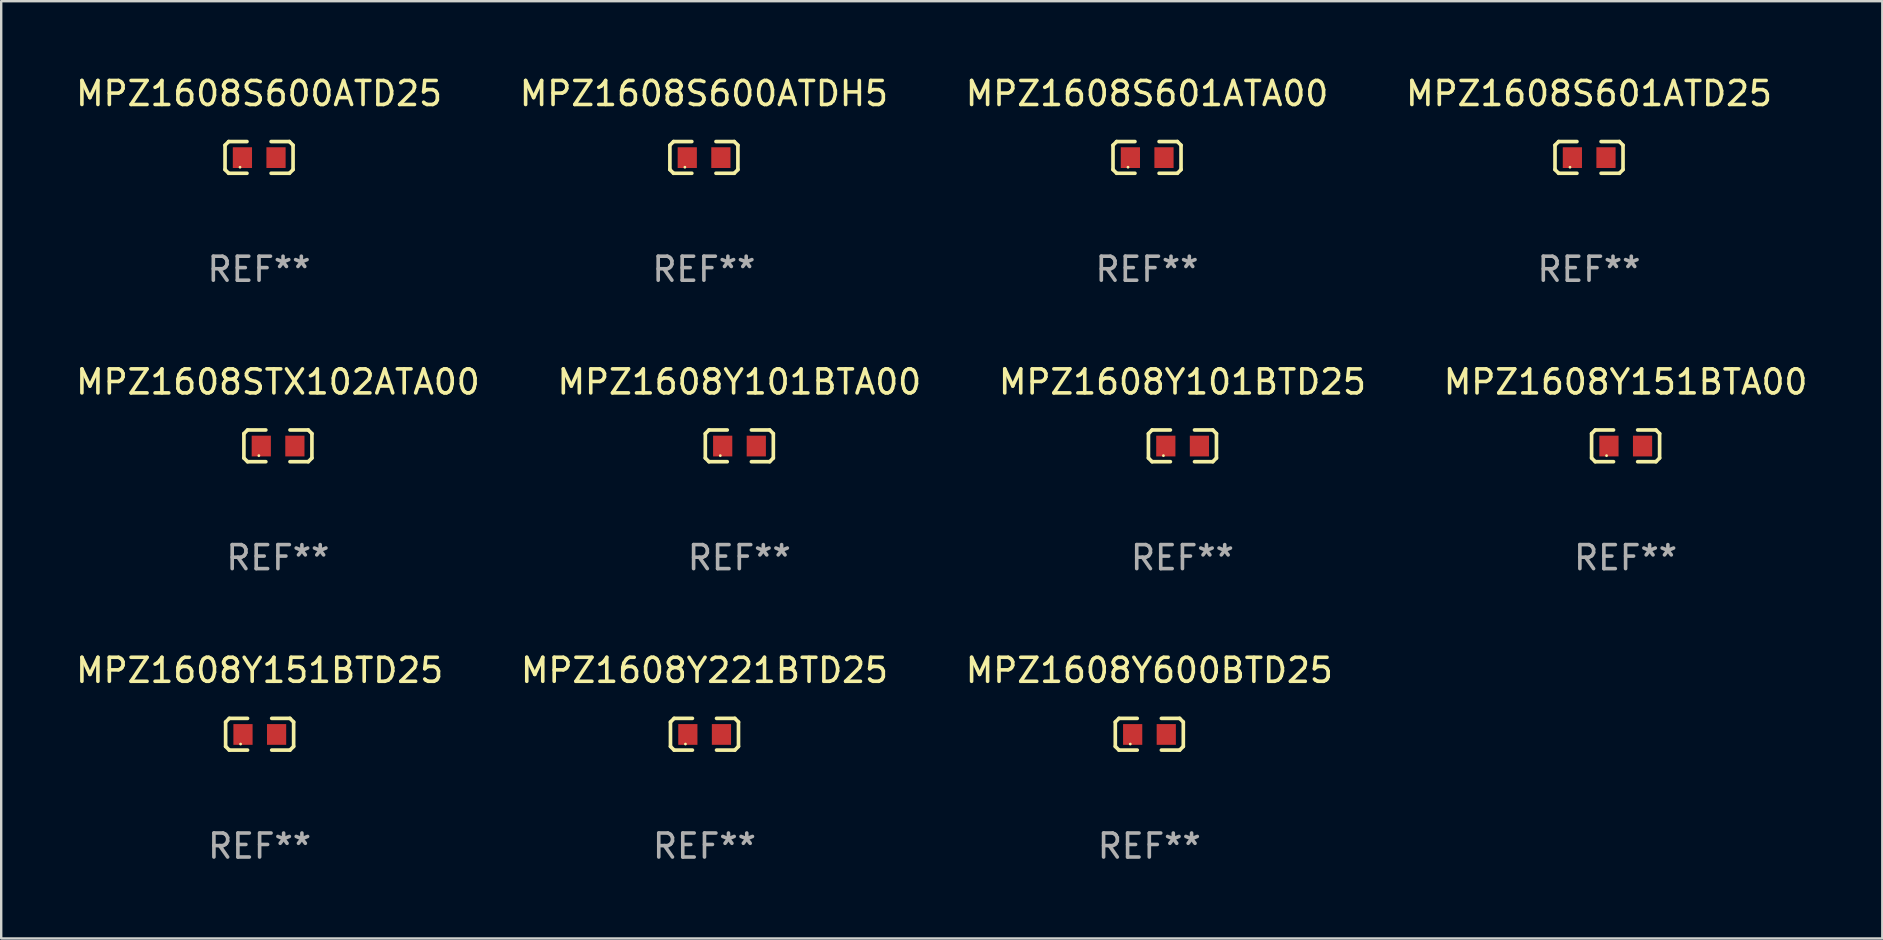
<source format=kicad_pcb>
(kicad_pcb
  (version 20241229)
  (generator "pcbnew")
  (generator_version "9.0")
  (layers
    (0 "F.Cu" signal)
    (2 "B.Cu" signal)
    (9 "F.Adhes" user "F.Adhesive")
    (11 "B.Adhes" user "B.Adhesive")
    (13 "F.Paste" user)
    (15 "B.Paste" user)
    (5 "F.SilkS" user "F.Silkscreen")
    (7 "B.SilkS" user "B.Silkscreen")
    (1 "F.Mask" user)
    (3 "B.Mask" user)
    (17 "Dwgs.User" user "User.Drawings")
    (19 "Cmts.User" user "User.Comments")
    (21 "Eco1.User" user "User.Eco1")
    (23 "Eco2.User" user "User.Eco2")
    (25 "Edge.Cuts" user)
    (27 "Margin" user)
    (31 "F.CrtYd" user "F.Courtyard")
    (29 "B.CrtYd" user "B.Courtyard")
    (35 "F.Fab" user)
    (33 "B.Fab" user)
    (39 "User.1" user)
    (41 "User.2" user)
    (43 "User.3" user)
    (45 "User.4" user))
  (footprint "MPZ1608STX102ATA00"
    (layer "F.Cu")
    (at 8.53 15.527)
    (property "Reference" "MPZ1608STX102ATA00" (at 0 -2.661 0) (layer "F.SilkS") (effects (font (size 1 1) (thickness 0.15))))
    (attr through_hole)
    (fp_line (start -1.417 -0.508) (end -1.265 -0.661) (stroke (width 0.152) (type solid)) (layer "F.SilkS"))
    (fp_line (start -1.417 0.508) (end -1.417 -0.508) (stroke (width 0.152) (type solid)) (layer "F.SilkS"))
    (fp_line (start -1.265 -0.661) (end -0.503 -0.661) (stroke (width 0.152) (type solid)) (layer "F.SilkS"))
    (fp_line (start -1.265 0.661) (end -1.417 0.508) (stroke (width 0.152) (type solid)) (layer "F.SilkS"))
    (fp_line (start -1.265 0.661) (end -0.503 0.661) (stroke (width 0.152) (type solid)) (layer "F.SilkS"))
    (fp_line (start 1.265 -0.661) (end 0.503 -0.661) (stroke (width 0.152) (type solid)) (layer "F.SilkS"))
    (fp_line (start 1.265 -0.661) (end 1.417 -0.508) (stroke (width 0.152) (type solid)) (layer "F.SilkS"))
    (fp_line (start 1.265 0.661) (end 0.503 0.661) (stroke (width 0.152) (type solid)) (layer "F.SilkS"))
    (fp_line (start 1.417 -0.508) (end 1.417 0.508) (stroke (width 0.152) (type solid)) (layer "F.SilkS"))
    (fp_line (start 1.417 0.508) (end 1.265 0.661) (stroke (width 0.152) (type solid)) (layer "F.SilkS"))
    (fp_circle (center -0.793 0.409) (end -0.763 0.409) (stroke (width 0.06) (type solid)) (fill no) (layer "F.SilkS"))
    (fp_text user "REF**" (at 0 4.661 0) (layer "F.Fab") (effects (font (size 1 1) (thickness 0.15))))
    (pad "1" smd rect (at -0.693 0.009 180) (size 0.8 0.864) (layers "F.Cu" "F.Mask" "F.Paste"))
    (pad "2" smd rect (at 0.707 0.009 180) (size 0.8 0.864) (layers "F.Cu" "F.Mask" "F.Paste")))
  (footprint "MPZ1608S600ATDH5"
    (layer "F.Cu")
    (at 26.28 3.509)
    (property "Reference" "MPZ1608S600ATDH5" (at 0 -2.661 0) (layer "F.SilkS") (effects (font (size 1 1) (thickness 0.15))))
    (attr through_hole)
    (fp_line (start -1.417 -0.508) (end -1.265 -0.661) (stroke (width 0.152) (type solid)) (layer "F.SilkS"))
    (fp_line (start -1.417 0.508) (end -1.417 -0.508) (stroke (width 0.152) (type solid)) (layer "F.SilkS"))
    (fp_line (start -1.265 -0.661) (end -0.503 -0.661) (stroke (width 0.152) (type solid)) (layer "F.SilkS"))
    (fp_line (start -1.265 0.661) (end -1.417 0.508) (stroke (width 0.152) (type solid)) (layer "F.SilkS"))
    (fp_line (start -1.265 0.661) (end -0.503 0.661) (stroke (width 0.152) (type solid)) (layer "F.SilkS"))
    (fp_line (start 1.265 -0.661) (end 0.503 -0.661) (stroke (width 0.152) (type solid)) (layer "F.SilkS"))
    (fp_line (start 1.265 -0.661) (end 1.417 -0.508) (stroke (width 0.152) (type solid)) (layer "F.SilkS"))
    (fp_line (start 1.265 0.661) (end 0.503 0.661) (stroke (width 0.152) (type solid)) (layer "F.SilkS"))
    (fp_line (start 1.417 -0.508) (end 1.417 0.508) (stroke (width 0.152) (type solid)) (layer "F.SilkS"))
    (fp_line (start 1.417 0.508) (end 1.265 0.661) (stroke (width 0.152) (type solid)) (layer "F.SilkS"))
    (fp_circle (center -0.793 0.409) (end -0.763 0.409) (stroke (width 0.06) (type solid)) (fill no) (layer "F.SilkS"))
    (fp_text user "REF**" (at 0 4.661 0) (layer "F.Fab") (effects (font (size 1 1) (thickness 0.15))))
    (pad "1" smd rect (at -0.693 0.009 180) (size 0.8 0.864) (layers "F.Cu" "F.Mask" "F.Paste"))
    (pad "2" smd rect (at 0.707 0.009 180) (size 0.8 0.864) (layers "F.Cu" "F.Mask" "F.Paste")))
  (footprint "MPZ1608Y101BTA00"
    (layer "F.Cu")
    (at 27.756 15.527)
    (property "Reference" "MPZ1608Y101BTA00" (at 0 -2.661 0) (layer "F.SilkS") (effects (font (size 1 1) (thickness 0.15))))
    (attr through_hole)
    (fp_line (start -1.417 -0.508) (end -1.265 -0.661) (stroke (width 0.152) (type solid)) (layer "F.SilkS"))
    (fp_line (start -1.417 0.508) (end -1.417 -0.508) (stroke (width 0.152) (type solid)) (layer "F.SilkS"))
    (fp_line (start -1.265 -0.661) (end -0.503 -0.661) (stroke (width 0.152) (type solid)) (layer "F.SilkS"))
    (fp_line (start -1.265 0.661) (end -1.417 0.508) (stroke (width 0.152) (type solid)) (layer "F.SilkS"))
    (fp_line (start -1.265 0.661) (end -0.503 0.661) (stroke (width 0.152) (type solid)) (layer "F.SilkS"))
    (fp_line (start 1.265 -0.661) (end 0.503 -0.661) (stroke (width 0.152) (type solid)) (layer "F.SilkS"))
    (fp_line (start 1.265 -0.661) (end 1.417 -0.508) (stroke (width 0.152) (type solid)) (layer "F.SilkS"))
    (fp_line (start 1.265 0.661) (end 0.503 0.661) (stroke (width 0.152) (type solid)) (layer "F.SilkS"))
    (fp_line (start 1.417 -0.508) (end 1.417 0.508) (stroke (width 0.152) (type solid)) (layer "F.SilkS"))
    (fp_line (start 1.417 0.508) (end 1.265 0.661) (stroke (width 0.152) (type solid)) (layer "F.SilkS"))
    (fp_circle (center -0.793 0.409) (end -0.763 0.409) (stroke (width 0.06) (type solid)) (fill no) (layer "F.SilkS"))
    (fp_text user "REF**" (at 0 4.661 0) (layer "F.Fab") (effects (font (size 1 1) (thickness 0.15))))
    (pad "1" smd rect (at -0.693 0.009 180) (size 0.8 0.864) (layers "F.Cu" "F.Mask" "F.Paste"))
    (pad "2" smd rect (at 0.707 0.009 180) (size 0.8 0.864) (layers "F.Cu" "F.Mask" "F.Paste")))
  (footprint "MPZ1608S601ATD25"
    (layer "F.Cu")
    (at 63.161 3.509)
    (property "Reference" "MPZ1608S601ATD25" (at 0 -2.661 0) (layer "F.SilkS") (effects (font (size 1 1) (thickness 0.15))))
    (attr through_hole)
    (fp_line (start -1.417 -0.508) (end -1.265 -0.661) (stroke (width 0.152) (type solid)) (layer "F.SilkS"))
    (fp_line (start -1.417 0.508) (end -1.417 -0.508) (stroke (width 0.152) (type solid)) (layer "F.SilkS"))
    (fp_line (start -1.265 -0.661) (end -0.503 -0.661) (stroke (width 0.152) (type solid)) (layer "F.SilkS"))
    (fp_line (start -1.265 0.661) (end -1.417 0.508) (stroke (width 0.152) (type solid)) (layer "F.SilkS"))
    (fp_line (start -1.265 0.661) (end -0.503 0.661) (stroke (width 0.152) (type solid)) (layer "F.SilkS"))
    (fp_line (start 1.265 -0.661) (end 0.503 -0.661) (stroke (width 0.152) (type solid)) (layer "F.SilkS"))
    (fp_line (start 1.265 -0.661) (end 1.417 -0.508) (stroke (width 0.152) (type solid)) (layer "F.SilkS"))
    (fp_line (start 1.265 0.661) (end 0.503 0.661) (stroke (width 0.152) (type solid)) (layer "F.SilkS"))
    (fp_line (start 1.417 -0.508) (end 1.417 0.508) (stroke (width 0.152) (type solid)) (layer "F.SilkS"))
    (fp_line (start 1.417 0.508) (end 1.265 0.661) (stroke (width 0.152) (type solid)) (layer "F.SilkS"))
    (fp_circle (center -0.793 0.409) (end -0.763 0.409) (stroke (width 0.06) (type solid)) (fill no) (layer "F.SilkS"))
    (fp_text user "REF**" (at 0 4.661 0) (layer "F.Fab") (effects (font (size 1 1) (thickness 0.15))))
    (pad "1" smd rect (at -0.693 0.009 180) (size 0.8 0.864) (layers "F.Cu" "F.Mask" "F.Paste"))
    (pad "2" smd rect (at 0.707 0.009 180) (size 0.8 0.864) (layers "F.Cu" "F.Mask" "F.Paste")))
  (footprint "MPZ1608Y600BTD25"
    (layer "F.Cu")
    (at 44.839 27.544)
    (property "Reference" "MPZ1608Y600BTD25" (at 0 -2.661 0) (layer "F.SilkS") (effects (font (size 1 1) (thickness 0.15))))
    (attr through_hole)
    (fp_line (start -1.417 -0.508) (end -1.265 -0.661) (stroke (width 0.152) (type solid)) (layer "F.SilkS"))
    (fp_line (start -1.417 0.508) (end -1.417 -0.508) (stroke (width 0.152) (type solid)) (layer "F.SilkS"))
    (fp_line (start -1.265 -0.661) (end -0.503 -0.661) (stroke (width 0.152) (type solid)) (layer "F.SilkS"))
    (fp_line (start -1.265 0.661) (end -1.417 0.508) (stroke (width 0.152) (type solid)) (layer "F.SilkS"))
    (fp_line (start -1.265 0.661) (end -0.503 0.661) (stroke (width 0.152) (type solid)) (layer "F.SilkS"))
    (fp_line (start 1.265 -0.661) (end 0.503 -0.661) (stroke (width 0.152) (type solid)) (layer "F.SilkS"))
    (fp_line (start 1.265 -0.661) (end 1.417 -0.508) (stroke (width 0.152) (type solid)) (layer "F.SilkS"))
    (fp_line (start 1.265 0.661) (end 0.503 0.661) (stroke (width 0.152) (type solid)) (layer "F.SilkS"))
    (fp_line (start 1.417 -0.508) (end 1.417 0.508) (stroke (width 0.152) (type solid)) (layer "F.SilkS"))
    (fp_line (start 1.417 0.508) (end 1.265 0.661) (stroke (width 0.152) (type solid)) (layer "F.SilkS"))
    (fp_circle (center -0.793 0.409) (end -0.763 0.409) (stroke (width 0.06) (type solid)) (fill no) (layer "F.SilkS"))
    (fp_text user "REF**" (at 0 4.661 0) (layer "F.Fab") (effects (font (size 1 1) (thickness 0.15))))
    (pad "1" smd rect (at -0.693 0.009 180) (size 0.8 0.864) (layers "F.Cu" "F.Mask" "F.Paste"))
    (pad "2" smd rect (at 0.707 0.009 180) (size 0.8 0.864) (layers "F.Cu" "F.Mask" "F.Paste")))
  (footprint "MPZ1608Y221BTD25"
    (layer "F.Cu")
    (at 26.304 27.544)
    (property "Reference" "MPZ1608Y221BTD25" (at 0 -2.661 0) (layer "F.SilkS") (effects (font (size 1 1) (thickness 0.15))))
    (attr through_hole)
    (fp_line (start -1.417 -0.508) (end -1.265 -0.661) (stroke (width 0.152) (type solid)) (layer "F.SilkS"))
    (fp_line (start -1.417 0.508) (end -1.417 -0.508) (stroke (width 0.152) (type solid)) (layer "F.SilkS"))
    (fp_line (start -1.265 -0.661) (end -0.503 -0.661) (stroke (width 0.152) (type solid)) (layer "F.SilkS"))
    (fp_line (start -1.265 0.661) (end -1.417 0.508) (stroke (width 0.152) (type solid)) (layer "F.SilkS"))
    (fp_line (start -1.265 0.661) (end -0.503 0.661) (stroke (width 0.152) (type solid)) (layer "F.SilkS"))
    (fp_line (start 1.265 -0.661) (end 0.503 -0.661) (stroke (width 0.152) (type solid)) (layer "F.SilkS"))
    (fp_line (start 1.265 -0.661) (end 1.417 -0.508) (stroke (width 0.152) (type solid)) (layer "F.SilkS"))
    (fp_line (start 1.265 0.661) (end 0.503 0.661) (stroke (width 0.152) (type solid)) (layer "F.SilkS"))
    (fp_line (start 1.417 -0.508) (end 1.417 0.508) (stroke (width 0.152) (type solid)) (layer "F.SilkS"))
    (fp_line (start 1.417 0.508) (end 1.265 0.661) (stroke (width 0.152) (type solid)) (layer "F.SilkS"))
    (fp_circle (center -0.793 0.409) (end -0.763 0.409) (stroke (width 0.06) (type solid)) (fill no) (layer "F.SilkS"))
    (fp_text user "REF**" (at 0 4.661 0) (layer "F.Fab") (effects (font (size 1 1) (thickness 0.15))))
    (pad "1" smd rect (at -0.693 0.009 180) (size 0.8 0.864) (layers "F.Cu" "F.Mask" "F.Paste"))
    (pad "2" smd rect (at 0.707 0.009 180) (size 0.8 0.864) (layers "F.Cu" "F.Mask" "F.Paste")))
  (footprint "MPZ1608S601ATA00"
    (layer "F.Cu")
    (at 44.744 3.509)
    (property "Reference" "MPZ1608S601ATA00" (at 0 -2.661 0) (layer "F.SilkS") (effects (font (size 1 1) (thickness 0.15))))
    (attr through_hole)
    (fp_line (start -1.417 -0.508) (end -1.265 -0.661) (stroke (width 0.152) (type solid)) (layer "F.SilkS"))
    (fp_line (start -1.417 0.508) (end -1.417 -0.508) (stroke (width 0.152) (type solid)) (layer "F.SilkS"))
    (fp_line (start -1.265 -0.661) (end -0.503 -0.661) (stroke (width 0.152) (type solid)) (layer "F.SilkS"))
    (fp_line (start -1.265 0.661) (end -1.417 0.508) (stroke (width 0.152) (type solid)) (layer "F.SilkS"))
    (fp_line (start -1.265 0.661) (end -0.503 0.661) (stroke (width 0.152) (type solid)) (layer "F.SilkS"))
    (fp_line (start 1.265 -0.661) (end 0.503 -0.661) (stroke (width 0.152) (type solid)) (layer "F.SilkS"))
    (fp_line (start 1.265 -0.661) (end 1.417 -0.508) (stroke (width 0.152) (type solid)) (layer "F.SilkS"))
    (fp_line (start 1.265 0.661) (end 0.503 0.661) (stroke (width 0.152) (type solid)) (layer "F.SilkS"))
    (fp_line (start 1.417 -0.508) (end 1.417 0.508) (stroke (width 0.152) (type solid)) (layer "F.SilkS"))
    (fp_line (start 1.417 0.508) (end 1.265 0.661) (stroke (width 0.152) (type solid)) (layer "F.SilkS"))
    (fp_circle (center -0.793 0.409) (end -0.763 0.409) (stroke (width 0.06) (type solid)) (fill no) (layer "F.SilkS"))
    (fp_text user "REF**" (at 0 4.661 0) (layer "F.Fab") (effects (font (size 1 1) (thickness 0.15))))
    (pad "1" smd rect (at -0.693 0.009 180) (size 0.8 0.864) (layers "F.Cu" "F.Mask" "F.Paste"))
    (pad "2" smd rect (at 0.707 0.009 180) (size 0.8 0.864) (layers "F.Cu" "F.Mask" "F.Paste")))
  (footprint "MPZ1608Y151BTD25"
    (layer "F.Cu")
    (at 7.768 27.544)
    (property "Reference" "MPZ1608Y151BTD25" (at 0 -2.661 0) (layer "F.SilkS") (effects (font (size 1 1) (thickness 0.15))))
    (attr through_hole)
    (fp_line (start -1.417 -0.508) (end -1.265 -0.661) (stroke (width 0.152) (type solid)) (layer "F.SilkS"))
    (fp_line (start -1.417 0.508) (end -1.417 -0.508) (stroke (width 0.152) (type solid)) (layer "F.SilkS"))
    (fp_line (start -1.265 -0.661) (end -0.503 -0.661) (stroke (width 0.152) (type solid)) (layer "F.SilkS"))
    (fp_line (start -1.265 0.661) (end -1.417 0.508) (stroke (width 0.152) (type solid)) (layer "F.SilkS"))
    (fp_line (start -1.265 0.661) (end -0.503 0.661) (stroke (width 0.152) (type solid)) (layer "F.SilkS"))
    (fp_line (start 1.265 -0.661) (end 0.503 -0.661) (stroke (width 0.152) (type solid)) (layer "F.SilkS"))
    (fp_line (start 1.265 -0.661) (end 1.417 -0.508) (stroke (width 0.152) (type solid)) (layer "F.SilkS"))
    (fp_line (start 1.265 0.661) (end 0.503 0.661) (stroke (width 0.152) (type solid)) (layer "F.SilkS"))
    (fp_line (start 1.417 -0.508) (end 1.417 0.508) (stroke (width 0.152) (type solid)) (layer "F.SilkS"))
    (fp_line (start 1.417 0.508) (end 1.265 0.661) (stroke (width 0.152) (type solid)) (layer "F.SilkS"))
    (fp_circle (center -0.793 0.409) (end -0.763 0.409) (stroke (width 0.06) (type solid)) (fill no) (layer "F.SilkS"))
    (fp_text user "REF**" (at 0 4.661 0) (layer "F.Fab") (effects (font (size 1 1) (thickness 0.15))))
    (pad "1" smd rect (at -0.693 0.009 180) (size 0.8 0.864) (layers "F.Cu" "F.Mask" "F.Paste"))
    (pad "2" smd rect (at 0.707 0.009 180) (size 0.8 0.864) (layers "F.Cu" "F.Mask" "F.Paste")))
  (footprint "MPZ1608Y151BTA00"
    (layer "F.Cu")
    (at 64.685 15.527)
    (property "Reference" "MPZ1608Y151BTA00" (at 0 -2.661 0) (layer "F.SilkS") (effects (font (size 1 1) (thickness 0.15))))
    (attr through_hole)
    (fp_line (start -1.417 -0.508) (end -1.265 -0.661) (stroke (width 0.152) (type solid)) (layer "F.SilkS"))
    (fp_line (start -1.417 0.508) (end -1.417 -0.508) (stroke (width 0.152) (type solid)) (layer "F.SilkS"))
    (fp_line (start -1.265 -0.661) (end -0.503 -0.661) (stroke (width 0.152) (type solid)) (layer "F.SilkS"))
    (fp_line (start -1.265 0.661) (end -1.417 0.508) (stroke (width 0.152) (type solid)) (layer "F.SilkS"))
    (fp_line (start -1.265 0.661) (end -0.503 0.661) (stroke (width 0.152) (type solid)) (layer "F.SilkS"))
    (fp_line (start 1.265 -0.661) (end 0.503 -0.661) (stroke (width 0.152) (type solid)) (layer "F.SilkS"))
    (fp_line (start 1.265 -0.661) (end 1.417 -0.508) (stroke (width 0.152) (type solid)) (layer "F.SilkS"))
    (fp_line (start 1.265 0.661) (end 0.503 0.661) (stroke (width 0.152) (type solid)) (layer "F.SilkS"))
    (fp_line (start 1.417 -0.508) (end 1.417 0.508) (stroke (width 0.152) (type solid)) (layer "F.SilkS"))
    (fp_line (start 1.417 0.508) (end 1.265 0.661) (stroke (width 0.152) (type solid)) (layer "F.SilkS"))
    (fp_circle (center -0.793 0.409) (end -0.763 0.409) (stroke (width 0.06) (type solid)) (fill no) (layer "F.SilkS"))
    (fp_text user "REF**" (at 0 4.661 0) (layer "F.Fab") (effects (font (size 1 1) (thickness 0.15))))
    (pad "1" smd rect (at -0.693 0.009 180) (size 0.8 0.864) (layers "F.Cu" "F.Mask" "F.Paste"))
    (pad "2" smd rect (at 0.707 0.009 180) (size 0.8 0.864) (layers "F.Cu" "F.Mask" "F.Paste")))
  (footprint "MPZ1608Y101BTD25"
    (layer "F.Cu")
    (at 46.22 15.527)
    (property "Reference" "MPZ1608Y101BTD25" (at 0 -2.661 0) (layer "F.SilkS") (effects (font (size 1 1) (thickness 0.15))))
    (attr through_hole)
    (fp_line (start -1.417 -0.508) (end -1.265 -0.661) (stroke (width 0.152) (type solid)) (layer "F.SilkS"))
    (fp_line (start -1.417 0.508) (end -1.417 -0.508) (stroke (width 0.152) (type solid)) (layer "F.SilkS"))
    (fp_line (start -1.265 -0.661) (end -0.503 -0.661) (stroke (width 0.152) (type solid)) (layer "F.SilkS"))
    (fp_line (start -1.265 0.661) (end -1.417 0.508) (stroke (width 0.152) (type solid)) (layer "F.SilkS"))
    (fp_line (start -1.265 0.661) (end -0.503 0.661) (stroke (width 0.152) (type solid)) (layer "F.SilkS"))
    (fp_line (start 1.265 -0.661) (end 0.503 -0.661) (stroke (width 0.152) (type solid)) (layer "F.SilkS"))
    (fp_line (start 1.265 -0.661) (end 1.417 -0.508) (stroke (width 0.152) (type solid)) (layer "F.SilkS"))
    (fp_line (start 1.265 0.661) (end 0.503 0.661) (stroke (width 0.152) (type solid)) (layer "F.SilkS"))
    (fp_line (start 1.417 -0.508) (end 1.417 0.508) (stroke (width 0.152) (type solid)) (layer "F.SilkS"))
    (fp_line (start 1.417 0.508) (end 1.265 0.661) (stroke (width 0.152) (type solid)) (layer "F.SilkS"))
    (fp_circle (center -0.793 0.409) (end -0.763 0.409) (stroke (width 0.06) (type solid)) (fill no) (layer "F.SilkS"))
    (fp_text user "REF**" (at 0 4.661 0) (layer "F.Fab") (effects (font (size 1 1) (thickness 0.15))))
    (pad "1" smd rect (at -0.693 0.009 180) (size 0.8 0.864) (layers "F.Cu" "F.Mask" "F.Paste"))
    (pad "2" smd rect (at 0.707 0.009 180) (size 0.8 0.864) (layers "F.Cu" "F.Mask" "F.Paste")))
  (footprint "MPZ1608S600ATD25"
    (layer "F.Cu")
    (at 7.744 3.509)
    (property "Reference" "MPZ1608S600ATD25" (at 0 -2.661 0) (layer "F.SilkS") (effects (font (size 1 1) (thickness 0.15))))
    (attr through_hole)
    (fp_line (start -1.417 -0.508) (end -1.265 -0.661) (stroke (width 0.152) (type solid)) (layer "F.SilkS"))
    (fp_line (start -1.417 0.508) (end -1.417 -0.508) (stroke (width 0.152) (type solid)) (layer "F.SilkS"))
    (fp_line (start -1.265 -0.661) (end -0.503 -0.661) (stroke (width 0.152) (type solid)) (layer "F.SilkS"))
    (fp_line (start -1.265 0.661) (end -1.417 0.508) (stroke (width 0.152) (type solid)) (layer "F.SilkS"))
    (fp_line (start -1.265 0.661) (end -0.503 0.661) (stroke (width 0.152) (type solid)) (layer "F.SilkS"))
    (fp_line (start 1.265 -0.661) (end 0.503 -0.661) (stroke (width 0.152) (type solid)) (layer "F.SilkS"))
    (fp_line (start 1.265 -0.661) (end 1.417 -0.508) (stroke (width 0.152) (type solid)) (layer "F.SilkS"))
    (fp_line (start 1.265 0.661) (end 0.503 0.661) (stroke (width 0.152) (type solid)) (layer "F.SilkS"))
    (fp_line (start 1.417 -0.508) (end 1.417 0.508) (stroke (width 0.152) (type solid)) (layer "F.SilkS"))
    (fp_line (start 1.417 0.508) (end 1.265 0.661) (stroke (width 0.152) (type solid)) (layer "F.SilkS"))
    (fp_circle (center -0.793 0.409) (end -0.763 0.409) (stroke (width 0.06) (type solid)) (fill no) (layer "F.SilkS"))
    (fp_text user "REF**" (at 0 4.661 0) (layer "F.Fab") (effects (font (size 1 1) (thickness 0.15))))
    (pad "1" smd rect (at -0.693 0.009 180) (size 0.8 0.864) (layers "F.Cu" "F.Mask" "F.Paste"))
    (pad "2" smd rect (at 0.707 0.009 180) (size 0.8 0.864) (layers "F.Cu" "F.Mask" "F.Paste")))
  (gr_rect
    (start -3 -3)
    (end 75.381 36.053)
    (stroke (width 0.1) (type default))
    (fill no)
    (layer "Edge.Cuts")))
</source>
